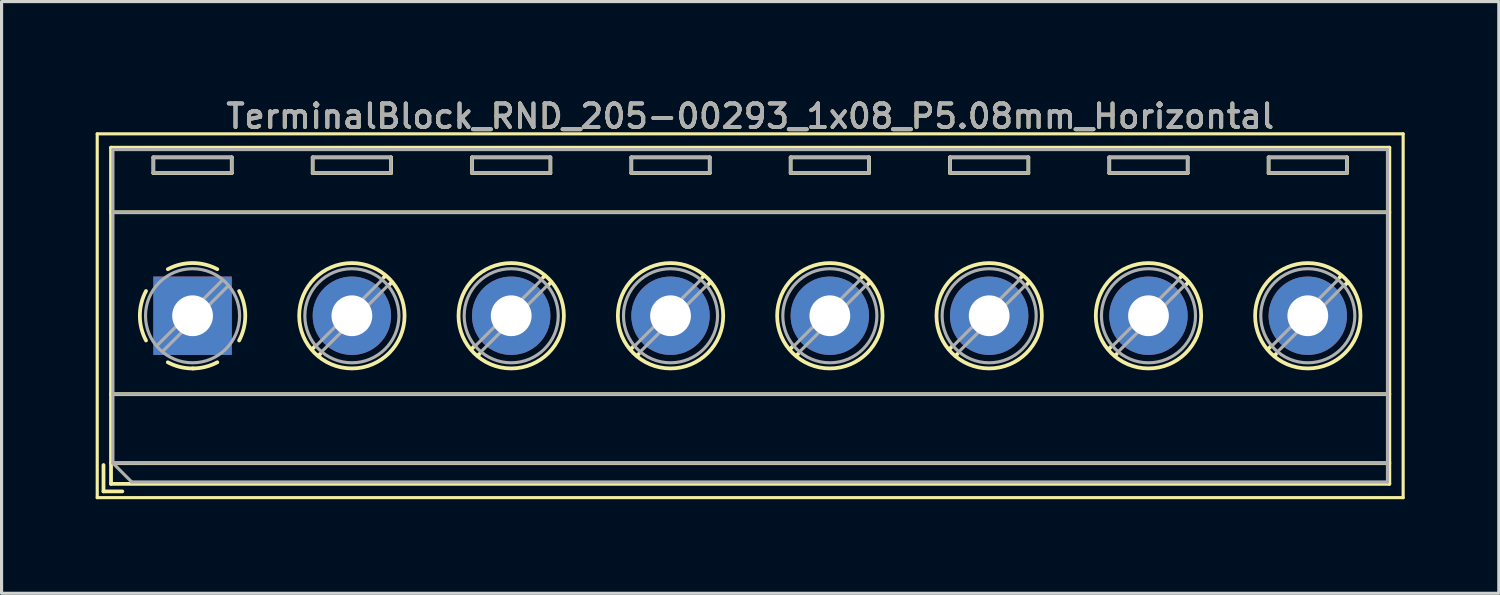
<source format=kicad_pcb>
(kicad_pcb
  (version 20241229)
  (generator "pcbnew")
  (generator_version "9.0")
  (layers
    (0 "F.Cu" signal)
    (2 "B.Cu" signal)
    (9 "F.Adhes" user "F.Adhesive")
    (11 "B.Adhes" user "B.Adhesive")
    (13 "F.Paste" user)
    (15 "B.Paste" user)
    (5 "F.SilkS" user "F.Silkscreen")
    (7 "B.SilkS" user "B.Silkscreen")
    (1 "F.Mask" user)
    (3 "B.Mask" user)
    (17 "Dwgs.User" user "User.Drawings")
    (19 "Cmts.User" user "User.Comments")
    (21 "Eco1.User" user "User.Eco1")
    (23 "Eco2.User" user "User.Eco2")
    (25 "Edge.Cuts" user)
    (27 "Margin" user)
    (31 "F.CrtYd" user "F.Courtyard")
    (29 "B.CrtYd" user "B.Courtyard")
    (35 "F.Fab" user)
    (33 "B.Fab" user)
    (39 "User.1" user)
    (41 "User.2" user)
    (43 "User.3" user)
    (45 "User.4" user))
  (footprint "TerminalBlock_RND_205-00293_1x08_P5.08mm_Horizontal"
    (layer "F.Cu")
    (at 3.09 7.018)
    (property "Reference" "TerminalBlock_RND_205-00293_1x08_P5.08mm_Horizontal" (at 17.78 -6.36 0) (layer "F.SilkS") (effects (font (size 0.75 0.75) (thickness 0.125))))
    (attr through_hole)
    (fp_line (start -3.04 -5.8) (end -3.04 5.8) (stroke (width 0.1) (type solid)) (layer "F.SilkS"))
    (fp_line (start -3.04 5.8) (end 38.6 5.8) (stroke (width 0.1) (type solid)) (layer "F.SilkS"))
    (fp_line (start -2.84 4.76) (end -2.84 5.6) (stroke (width 0.12) (type solid)) (layer "F.SilkS"))
    (fp_line (start -2.84 5.6) (end -2.24 5.6) (stroke (width 0.12) (type solid)) (layer "F.SilkS"))
    (fp_line (start -2.6 -5.36) (end -2.6 5.36) (stroke (width 0.12) (type solid)) (layer "F.SilkS"))
    (fp_line (start -2.6 -5.36) (end 38.16 -5.36) (stroke (width 0.12) (type solid)) (layer "F.SilkS"))
    (fp_line (start -2.6 -3.3) (end 38.16 -3.3) (stroke (width 0.12) (type solid)) (layer "F.SilkS"))
    (fp_line (start -2.6 2.5) (end 38.16 2.5) (stroke (width 0.12) (type solid)) (layer "F.SilkS"))
    (fp_line (start -2.6 4.7) (end 38.16 4.7) (stroke (width 0.12) (type solid)) (layer "F.SilkS"))
    (fp_line (start -2.6 5.36) (end 38.16 5.36) (stroke (width 0.12) (type solid)) (layer "F.SilkS"))
    (fp_line (start -1.25 -5.05) (end -1.25 -4.55) (stroke (width 0.12) (type solid)) (layer "F.SilkS"))
    (fp_line (start -1.25 -5.05) (end 1.25 -5.05) (stroke (width 0.12) (type solid)) (layer "F.SilkS"))
    (fp_line (start -1.25 -4.55) (end 1.25 -4.55) (stroke (width 0.12) (type solid)) (layer "F.SilkS"))
    (fp_line (start 1.25 -5.05) (end 1.25 -4.55) (stroke (width 0.12) (type solid)) (layer "F.SilkS"))
    (fp_line (start 3.83 -5.05) (end 3.83 -4.55) (stroke (width 0.12) (type solid)) (layer "F.SilkS"))
    (fp_line (start 3.83 -5.05) (end 6.33 -5.05) (stroke (width 0.12) (type solid)) (layer "F.SilkS"))
    (fp_line (start 3.83 -4.55) (end 6.33 -4.55) (stroke (width 0.12) (type solid)) (layer "F.SilkS"))
    (fp_line (start 3.9 0.976) (end 3.806 1.069) (stroke (width 0.12) (type solid)) (layer "F.SilkS"))
    (fp_line (start 4.07 1.216) (end 4.011 1.274) (stroke (width 0.12) (type solid)) (layer "F.SilkS"))
    (fp_line (start 6.15 -1.275) (end 6.091 -1.216) (stroke (width 0.12) (type solid)) (layer "F.SilkS"))
    (fp_line (start 6.33 -5.05) (end 6.33 -4.55) (stroke (width 0.12) (type solid)) (layer "F.SilkS"))
    (fp_line (start 6.355 -1.069) (end 6.261 -0.976) (stroke (width 0.12) (type solid)) (layer "F.SilkS"))
    (fp_line (start 8.91 -5.05) (end 8.91 -4.55) (stroke (width 0.12) (type solid)) (layer "F.SilkS"))
    (fp_line (start 8.91 -5.05) (end 11.41 -5.05) (stroke (width 0.12) (type solid)) (layer "F.SilkS"))
    (fp_line (start 8.91 -4.55) (end 11.41 -4.55) (stroke (width 0.12) (type solid)) (layer "F.SilkS"))
    (fp_line (start 8.98 0.976) (end 8.886 1.069) (stroke (width 0.12) (type solid)) (layer "F.SilkS"))
    (fp_line (start 9.15 1.216) (end 9.091 1.274) (stroke (width 0.12) (type solid)) (layer "F.SilkS"))
    (fp_line (start 11.23 -1.275) (end 11.171 -1.216) (stroke (width 0.12) (type solid)) (layer "F.SilkS"))
    (fp_line (start 11.41 -5.05) (end 11.41 -4.55) (stroke (width 0.12) (type solid)) (layer "F.SilkS"))
    (fp_line (start 11.435 -1.069) (end 11.341 -0.976) (stroke (width 0.12) (type solid)) (layer "F.SilkS"))
    (fp_line (start 13.99 -5.05) (end 13.99 -4.55) (stroke (width 0.12) (type solid)) (layer "F.SilkS"))
    (fp_line (start 13.99 -5.05) (end 16.49 -5.05) (stroke (width 0.12) (type solid)) (layer "F.SilkS"))
    (fp_line (start 13.99 -4.55) (end 16.49 -4.55) (stroke (width 0.12) (type solid)) (layer "F.SilkS"))
    (fp_line (start 14.06 0.976) (end 13.966 1.069) (stroke (width 0.12) (type solid)) (layer "F.SilkS"))
    (fp_line (start 14.23 1.216) (end 14.171 1.274) (stroke (width 0.12) (type solid)) (layer "F.SilkS"))
    (fp_line (start 16.31 -1.275) (end 16.251 -1.216) (stroke (width 0.12) (type solid)) (layer "F.SilkS"))
    (fp_line (start 16.49 -5.05) (end 16.49 -4.55) (stroke (width 0.12) (type solid)) (layer "F.SilkS"))
    (fp_line (start 16.515 -1.069) (end 16.421 -0.976) (stroke (width 0.12) (type solid)) (layer "F.SilkS"))
    (fp_line (start 19.07 -5.05) (end 19.07 -4.55) (stroke (width 0.12) (type solid)) (layer "F.SilkS"))
    (fp_line (start 19.07 -5.05) (end 21.57 -5.05) (stroke (width 0.12) (type solid)) (layer "F.SilkS"))
    (fp_line (start 19.07 -4.55) (end 21.57 -4.55) (stroke (width 0.12) (type solid)) (layer "F.SilkS"))
    (fp_line (start 19.14 0.976) (end 19.046 1.069) (stroke (width 0.12) (type solid)) (layer "F.SilkS"))
    (fp_line (start 19.31 1.216) (end 19.251 1.274) (stroke (width 0.12) (type solid)) (layer "F.SilkS"))
    (fp_line (start 21.39 -1.275) (end 21.331 -1.216) (stroke (width 0.12) (type solid)) (layer "F.SilkS"))
    (fp_line (start 21.57 -5.05) (end 21.57 -4.55) (stroke (width 0.12) (type solid)) (layer "F.SilkS"))
    (fp_line (start 21.595 -1.069) (end 21.501 -0.976) (stroke (width 0.12) (type solid)) (layer "F.SilkS"))
    (fp_line (start 24.15 -5.05) (end 24.15 -4.55) (stroke (width 0.12) (type solid)) (layer "F.SilkS"))
    (fp_line (start 24.15 -5.05) (end 26.65 -5.05) (stroke (width 0.12) (type solid)) (layer "F.SilkS"))
    (fp_line (start 24.15 -4.55) (end 26.65 -4.55) (stroke (width 0.12) (type solid)) (layer "F.SilkS"))
    (fp_line (start 24.22 0.976) (end 24.126 1.069) (stroke (width 0.12) (type solid)) (layer "F.SilkS"))
    (fp_line (start 24.39 1.216) (end 24.331 1.274) (stroke (width 0.12) (type solid)) (layer "F.SilkS"))
    (fp_line (start 26.47 -1.275) (end 26.411 -1.216) (stroke (width 0.12) (type solid)) (layer "F.SilkS"))
    (fp_line (start 26.65 -5.05) (end 26.65 -4.55) (stroke (width 0.12) (type solid)) (layer "F.SilkS"))
    (fp_line (start 26.675 -1.069) (end 26.581 -0.976) (stroke (width 0.12) (type solid)) (layer "F.SilkS"))
    (fp_line (start 29.23 -5.05) (end 29.23 -4.55) (stroke (width 0.12) (type solid)) (layer "F.SilkS"))
    (fp_line (start 29.23 -5.05) (end 31.73 -5.05) (stroke (width 0.12) (type solid)) (layer "F.SilkS"))
    (fp_line (start 29.23 -4.55) (end 31.73 -4.55) (stroke (width 0.12) (type solid)) (layer "F.SilkS"))
    (fp_line (start 29.3 0.976) (end 29.206 1.069) (stroke (width 0.12) (type solid)) (layer "F.SilkS"))
    (fp_line (start 29.47 1.216) (end 29.411 1.274) (stroke (width 0.12) (type solid)) (layer "F.SilkS"))
    (fp_line (start 31.55 -1.275) (end 31.491 -1.216) (stroke (width 0.12) (type solid)) (layer "F.SilkS"))
    (fp_line (start 31.73 -5.05) (end 31.73 -4.55) (stroke (width 0.12) (type solid)) (layer "F.SilkS"))
    (fp_line (start 31.755 -1.069) (end 31.661 -0.976) (stroke (width 0.12) (type solid)) (layer "F.SilkS"))
    (fp_line (start 34.31 -5.05) (end 34.31 -4.55) (stroke (width 0.12) (type solid)) (layer "F.SilkS"))
    (fp_line (start 34.31 -5.05) (end 36.81 -5.05) (stroke (width 0.12) (type solid)) (layer "F.SilkS"))
    (fp_line (start 34.31 -4.55) (end 36.81 -4.55) (stroke (width 0.12) (type solid)) (layer "F.SilkS"))
    (fp_line (start 34.38 0.976) (end 34.286 1.069) (stroke (width 0.12) (type solid)) (layer "F.SilkS"))
    (fp_line (start 34.55 1.216) (end 34.491 1.274) (stroke (width 0.12) (type solid)) (layer "F.SilkS"))
    (fp_line (start 36.63 -1.275) (end 36.571 -1.216) (stroke (width 0.12) (type solid)) (layer "F.SilkS"))
    (fp_line (start 36.81 -5.05) (end 36.81 -4.55) (stroke (width 0.12) (type solid)) (layer "F.SilkS"))
    (fp_line (start 36.835 -1.069) (end 36.741 -0.976) (stroke (width 0.12) (type solid)) (layer "F.SilkS"))
    (fp_line (start 38.16 -5.36) (end 38.16 5.36) (stroke (width 0.12) (type solid)) (layer "F.SilkS"))
    (fp_line (start 38.6 -5.8) (end -3.04 -5.8) (stroke (width 0.1) (type solid)) (layer "F.SilkS"))
    (fp_line (start 38.6 5.8) (end 38.6 -5.8) (stroke (width 0.1) (type solid)) (layer "F.SilkS"))
    (fp_arc (start -1.483953 0.789089) (mid -1.680708 0.00005) (end -1.484 -0.789) (stroke (width 0.12) (type solid)) (layer "F.SilkS"))
    (fp_arc (start -0.789089 -1.483953) (mid -0.00005 -1.680708) (end 0.789 -1.484) (stroke (width 0.12) (type solid)) (layer "F.SilkS"))
    (fp_arc (start 0.029383 1.68045) (mid -0.392304 1.634281) (end -0.789 1.484) (stroke (width 0.12) (type solid)) (layer "F.SilkS"))
    (fp_arc (start 0.788712 1.483352) (mid 0.406429 1.630097) (end 0 1.68) (stroke (width 0.12) (type solid)) (layer "F.SilkS"))
    (fp_arc (start 1.483953 -0.789089) (mid 1.680708 -0.00005) (end 1.484 0.789) (stroke (width 0.12) (type solid)) (layer "F.SilkS"))
    (fp_circle (center 5.08 0) (end 6.76 0) (stroke (width 0.12) (type solid)) (fill no) (layer "F.SilkS"))
    (fp_circle (center 10.16 0) (end 11.84 0) (stroke (width 0.12) (type solid)) (fill no) (layer "F.SilkS"))
    (fp_circle (center 15.24 0) (end 16.92 0) (stroke (width 0.12) (type solid)) (fill no) (layer "F.SilkS"))
    (fp_circle (center 20.32 0) (end 22 0) (stroke (width 0.12) (type solid)) (fill no) (layer "F.SilkS"))
    (fp_circle (center 25.4 0) (end 27.08 0) (stroke (width 0.12) (type solid)) (fill no) (layer "F.SilkS"))
    (fp_circle (center 30.48 0) (end 32.16 0) (stroke (width 0.12) (type solid)) (fill no) (layer "F.SilkS"))
    (fp_circle (center 35.56 0) (end 37.24 0) (stroke (width 0.12) (type solid)) (fill no) (layer "F.SilkS"))
    (fp_line (start -2.54 -5.3) (end 38.1 -5.3) (stroke (width 0.1) (type solid)) (layer "F.Fab"))
    (fp_line (start -2.54 -3.3) (end 38.1 -3.3) (stroke (width 0.1) (type solid)) (layer "F.Fab"))
    (fp_line (start -2.54 2.5) (end 38.1 2.5) (stroke (width 0.1) (type solid)) (layer "F.Fab"))
    (fp_line (start -2.54 4.7) (end -2.54 -5.3) (stroke (width 0.1) (type solid)) (layer "F.Fab"))
    (fp_line (start -2.54 4.7) (end 38.1 4.7) (stroke (width 0.1) (type solid)) (layer "F.Fab"))
    (fp_line (start -1.94 5.3) (end -2.54 4.7) (stroke (width 0.1) (type solid)) (layer "F.Fab"))
    (fp_line (start -1.25 -5.05) (end -1.25 -4.55) (stroke (width 0.1) (type solid)) (layer "F.Fab"))
    (fp_line (start -1.25 -4.55) (end 1.25 -4.55) (stroke (width 0.1) (type solid)) (layer "F.Fab"))
    (fp_line (start 0.955 -1.138) (end -1.138 0.955) (stroke (width 0.1) (type solid)) (layer "F.Fab"))
    (fp_line (start 1.138 -0.955) (end -0.955 1.138) (stroke (width 0.1) (type solid)) (layer "F.Fab"))
    (fp_line (start 1.25 -5.05) (end -1.25 -5.05) (stroke (width 0.1) (type solid)) (layer "F.Fab"))
    (fp_line (start 1.25 -4.55) (end 1.25 -5.05) (stroke (width 0.1) (type solid)) (layer "F.Fab"))
    (fp_line (start 3.83 -5.05) (end 3.83 -4.55) (stroke (width 0.1) (type solid)) (layer "F.Fab"))
    (fp_line (start 3.83 -4.55) (end 6.33 -4.55) (stroke (width 0.1) (type solid)) (layer "F.Fab"))
    (fp_line (start 6.035 -1.138) (end 3.943 0.955) (stroke (width 0.1) (type solid)) (layer "F.Fab"))
    (fp_line (start 6.218 -0.955) (end 4.126 1.138) (stroke (width 0.1) (type solid)) (layer "F.Fab"))
    (fp_line (start 6.33 -5.05) (end 3.83 -5.05) (stroke (width 0.1) (type solid)) (layer "F.Fab"))
    (fp_line (start 6.33 -4.55) (end 6.33 -5.05) (stroke (width 0.1) (type solid)) (layer "F.Fab"))
    (fp_line (start 8.91 -5.05) (end 8.91 -4.55) (stroke (width 0.1) (type solid)) (layer "F.Fab"))
    (fp_line (start 8.91 -4.55) (end 11.41 -4.55) (stroke (width 0.1) (type solid)) (layer "F.Fab"))
    (fp_line (start 11.115 -1.138) (end 9.023 0.955) (stroke (width 0.1) (type solid)) (layer "F.Fab"))
    (fp_line (start 11.298 -0.955) (end 9.206 1.138) (stroke (width 0.1) (type solid)) (layer "F.Fab"))
    (fp_line (start 11.41 -5.05) (end 8.91 -5.05) (stroke (width 0.1) (type solid)) (layer "F.Fab"))
    (fp_line (start 11.41 -4.55) (end 11.41 -5.05) (stroke (width 0.1) (type solid)) (layer "F.Fab"))
    (fp_line (start 13.99 -5.05) (end 13.99 -4.55) (stroke (width 0.1) (type solid)) (layer "F.Fab"))
    (fp_line (start 13.99 -4.55) (end 16.49 -4.55) (stroke (width 0.1) (type solid)) (layer "F.Fab"))
    (fp_line (start 16.195 -1.138) (end 14.103 0.955) (stroke (width 0.1) (type solid)) (layer "F.Fab"))
    (fp_line (start 16.378 -0.955) (end 14.286 1.138) (stroke (width 0.1) (type solid)) (layer "F.Fab"))
    (fp_line (start 16.49 -5.05) (end 13.99 -5.05) (stroke (width 0.1) (type solid)) (layer "F.Fab"))
    (fp_line (start 16.49 -4.55) (end 16.49 -5.05) (stroke (width 0.1) (type solid)) (layer "F.Fab"))
    (fp_line (start 19.07 -5.05) (end 19.07 -4.55) (stroke (width 0.1) (type solid)) (layer "F.Fab"))
    (fp_line (start 19.07 -4.55) (end 21.57 -4.55) (stroke (width 0.1) (type solid)) (layer "F.Fab"))
    (fp_line (start 21.275 -1.138) (end 19.183 0.955) (stroke (width 0.1) (type solid)) (layer "F.Fab"))
    (fp_line (start 21.458 -0.955) (end 19.366 1.138) (stroke (width 0.1) (type solid)) (layer "F.Fab"))
    (fp_line (start 21.57 -5.05) (end 19.07 -5.05) (stroke (width 0.1) (type solid)) (layer "F.Fab"))
    (fp_line (start 21.57 -4.55) (end 21.57 -5.05) (stroke (width 0.1) (type solid)) (layer "F.Fab"))
    (fp_line (start 24.15 -5.05) (end 24.15 -4.55) (stroke (width 0.1) (type solid)) (layer "F.Fab"))
    (fp_line (start 24.15 -4.55) (end 26.65 -4.55) (stroke (width 0.1) (type solid)) (layer "F.Fab"))
    (fp_line (start 26.355 -1.138) (end 24.263 0.955) (stroke (width 0.1) (type solid)) (layer "F.Fab"))
    (fp_line (start 26.538 -0.955) (end 24.446 1.138) (stroke (width 0.1) (type solid)) (layer "F.Fab"))
    (fp_line (start 26.65 -5.05) (end 24.15 -5.05) (stroke (width 0.1) (type solid)) (layer "F.Fab"))
    (fp_line (start 26.65 -4.55) (end 26.65 -5.05) (stroke (width 0.1) (type solid)) (layer "F.Fab"))
    (fp_line (start 29.23 -5.05) (end 29.23 -4.55) (stroke (width 0.1) (type solid)) (layer "F.Fab"))
    (fp_line (start 29.23 -4.55) (end 31.73 -4.55) (stroke (width 0.1) (type solid)) (layer "F.Fab"))
    (fp_line (start 31.435 -1.138) (end 29.343 0.955) (stroke (width 0.1) (type solid)) (layer "F.Fab"))
    (fp_line (start 31.618 -0.955) (end 29.526 1.138) (stroke (width 0.1) (type solid)) (layer "F.Fab"))
    (fp_line (start 31.73 -5.05) (end 29.23 -5.05) (stroke (width 0.1) (type solid)) (layer "F.Fab"))
    (fp_line (start 31.73 -4.55) (end 31.73 -5.05) (stroke (width 0.1) (type solid)) (layer "F.Fab"))
    (fp_line (start 34.31 -5.05) (end 34.31 -4.55) (stroke (width 0.1) (type solid)) (layer "F.Fab"))
    (fp_line (start 34.31 -4.55) (end 36.81 -4.55) (stroke (width 0.1) (type solid)) (layer "F.Fab"))
    (fp_line (start 36.515 -1.138) (end 34.423 0.955) (stroke (width 0.1) (type solid)) (layer "F.Fab"))
    (fp_line (start 36.698 -0.955) (end 34.606 1.138) (stroke (width 0.1) (type solid)) (layer "F.Fab"))
    (fp_line (start 36.81 -5.05) (end 34.31 -5.05) (stroke (width 0.1) (type solid)) (layer "F.Fab"))
    (fp_line (start 36.81 -4.55) (end 36.81 -5.05) (stroke (width 0.1) (type solid)) (layer "F.Fab"))
    (fp_line (start 38.1 -5.3) (end 38.1 5.3) (stroke (width 0.1) (type solid)) (layer "F.Fab"))
    (fp_line (start 38.1 5.3) (end -1.94 5.3) (stroke (width 0.1) (type solid)) (layer "F.Fab"))
    (fp_circle (center 0 0) (end 1.5 0) (stroke (width 0.1) (type solid)) (fill no) (layer "F.Fab"))
    (fp_circle (center 5.08 0) (end 6.58 0) (stroke (width 0.1) (type solid)) (fill no) (layer "F.Fab"))
    (fp_circle (center 10.16 0) (end 11.66 0) (stroke (width 0.1) (type solid)) (fill no) (layer "F.Fab"))
    (fp_circle (center 15.24 0) (end 16.74 0) (stroke (width 0.1) (type solid)) (fill no) (layer "F.Fab"))
    (fp_circle (center 20.32 0) (end 21.82 0) (stroke (width 0.1) (type solid)) (fill no) (layer "F.Fab"))
    (fp_circle (center 25.4 0) (end 26.9 0) (stroke (width 0.1) (type solid)) (fill no) (layer "F.Fab"))
    (fp_circle (center 30.48 0) (end 31.98 0) (stroke (width 0.1) (type solid)) (fill no) (layer "F.Fab"))
    (fp_circle (center 35.56 0) (end 37.06 0) (stroke (width 0.1) (type solid)) (fill no) (layer "F.Fab"))
    (fp_text user "${REFERENCE}" (at 17.78 -6.36 0) (layer "F.Fab") (effects (font (size 0.75 0.75) (thickness 0.125))))
    (pad "1" thru_hole rect (at 0 0) (size 2.5 2.5) (drill 1.3) (layers "*.Cu" "*.Mask"))
    (pad "2" thru_hole circle (at 5.08 0) (size 2.5 2.5) (drill 1.3) (layers "*.Cu" "*.Mask"))
    (pad "3" thru_hole circle (at 10.16 0) (size 2.5 2.5) (drill 1.3) (layers "*.Cu" "*.Mask"))
    (pad "4" thru_hole circle (at 15.24 0) (size 2.5 2.5) (drill 1.3) (layers "*.Cu" "*.Mask"))
    (pad "5" thru_hole circle (at 20.32 0) (size 2.5 2.5) (drill 1.3) (layers "*.Cu" "*.Mask"))
    (pad "6" thru_hole circle (at 25.4 0) (size 2.5 2.5) (drill 1.3) (layers "*.Cu" "*.Mask"))
    (pad "7" thru_hole circle (at 30.48 0) (size 2.5 2.5) (drill 1.3) (layers "*.Cu" "*.Mask"))
    (pad "8" thru_hole circle (at 35.56 0) (size 2.5 2.5) (drill 1.3) (layers "*.Cu" "*.Mask")))
  (gr_rect
    (start -3 -3)
    (end 44.74 15.868)
    (stroke (width 0.1) (type default))
    (fill no)
    (layer "Edge.Cuts")))
</source>
